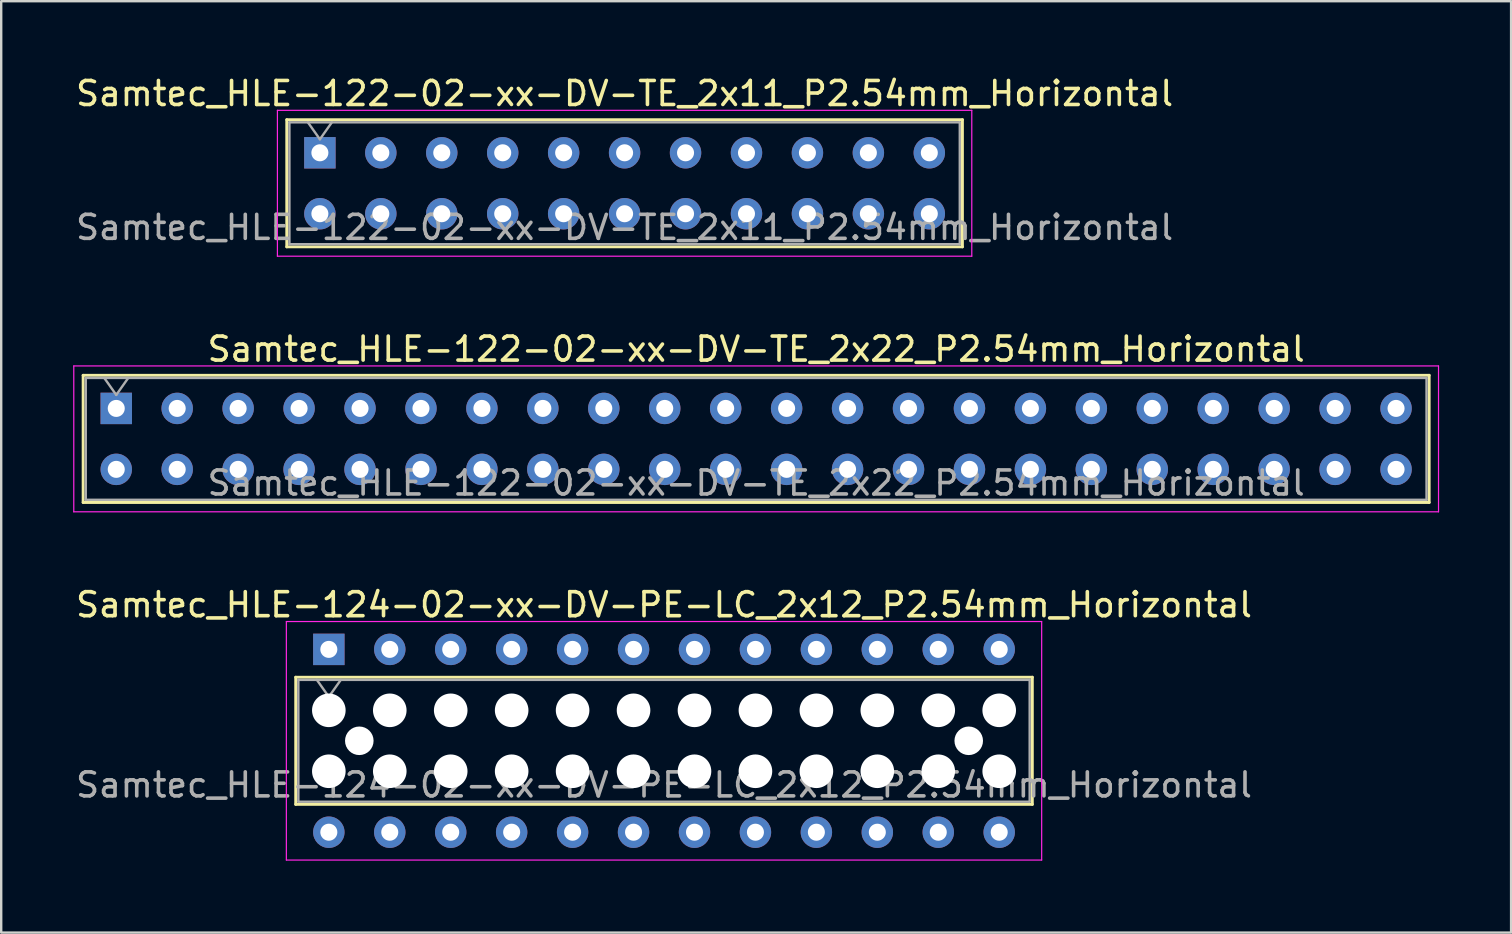
<source format=kicad_pcb>
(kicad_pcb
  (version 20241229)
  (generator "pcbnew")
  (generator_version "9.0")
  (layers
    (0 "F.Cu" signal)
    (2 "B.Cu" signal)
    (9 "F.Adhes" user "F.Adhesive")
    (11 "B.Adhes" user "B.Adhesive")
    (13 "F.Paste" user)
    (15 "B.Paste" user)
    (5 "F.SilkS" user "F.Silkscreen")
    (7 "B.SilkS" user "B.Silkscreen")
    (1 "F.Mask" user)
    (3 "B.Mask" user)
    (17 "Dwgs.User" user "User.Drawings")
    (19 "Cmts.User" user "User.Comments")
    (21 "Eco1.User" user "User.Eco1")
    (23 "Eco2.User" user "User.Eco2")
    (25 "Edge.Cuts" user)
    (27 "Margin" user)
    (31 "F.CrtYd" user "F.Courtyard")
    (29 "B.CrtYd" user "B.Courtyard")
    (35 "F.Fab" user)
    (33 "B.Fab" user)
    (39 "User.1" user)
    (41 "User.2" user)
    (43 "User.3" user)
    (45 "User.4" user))
  (footprint "Samtec_HLE-122-02-xx-DV-TE_2x11_P2.54mm_Horizontal"
    (layer "F.Cu")
    (at 10.282 3.318)
    (property "Reference" "Samtec_HLE-122-02-xx-DV-TE_2x11_P2.54mm_Horizontal" (at 12.7 -2.47 0) (layer "F.SilkS") (effects (font (size 1 1) (thickness 0.15))))
    (attr through_hole)
    (fp_line (start -1.38 -1.38) (end 26.78 -1.38) (stroke (width 0.12) (type solid)) (layer "F.SilkS"))
    (fp_line (start -1.38 3.92) (end -1.38 -1.38) (stroke (width 0.12) (type solid)) (layer "F.SilkS"))
    (fp_line (start 26.78 -1.38) (end 26.78 3.92) (stroke (width 0.12) (type solid)) (layer "F.SilkS"))
    (fp_line (start 26.78 3.92) (end -1.38 3.92) (stroke (width 0.12) (type solid)) (layer "F.SilkS"))
    (fp_line (start -1.77 -1.77) (end 27.17 -1.77) (stroke (width 0.05) (type solid)) (layer "F.CrtYd"))
    (fp_line (start -1.77 4.31) (end -1.77 -1.77) (stroke (width 0.05) (type solid)) (layer "F.CrtYd"))
    (fp_line (start 27.17 -1.77) (end 27.17 4.31) (stroke (width 0.05) (type solid)) (layer "F.CrtYd"))
    (fp_line (start 27.17 4.31) (end -1.77 4.31) (stroke (width 0.05) (type solid)) (layer "F.CrtYd"))
    (fp_line (start -1.27 -1.27) (end 26.67 -1.27) (stroke (width 0.1) (type solid)) (layer "F.Fab"))
    (fp_line (start -1.27 3.81) (end -1.27 -1.27) (stroke (width 0.1) (type solid)) (layer "F.Fab"))
    (fp_line (start -0.5 -1.27) (end 0 -0.563) (stroke (width 0.1) (type solid)) (layer "F.Fab"))
    (fp_line (start 0 -0.563) (end 0.5 -1.27) (stroke (width 0.1) (type solid)) (layer "F.Fab"))
    (fp_line (start 26.67 -1.27) (end 26.67 3.81) (stroke (width 0.1) (type solid)) (layer "F.Fab"))
    (fp_line (start 26.67 3.81) (end -1.27 3.81) (stroke (width 0.1) (type solid)) (layer "F.Fab"))
    (fp_text user "${REFERENCE}" (at 12.7 3.11 0) (layer "F.Fab") (effects (font (size 1 1) (thickness 0.15))))
    (pad "1" thru_hole rect (at 0 0) (size 1.31 1.31) (drill 0.71) (layers "*.Cu" "*.Mask"))
    (pad "2" thru_hole circle (at 0 2.54) (size 1.31 1.31) (drill 0.71) (layers "*.Cu" "*.Mask"))
    (pad "3" thru_hole circle (at 2.54 0) (size 1.31 1.31) (drill 0.71) (layers "*.Cu" "*.Mask"))
    (pad "4" thru_hole circle (at 2.54 2.54) (size 1.31 1.31) (drill 0.71) (layers "*.Cu" "*.Mask"))
    (pad "5" thru_hole circle (at 5.08 0) (size 1.31 1.31) (drill 0.71) (layers "*.Cu" "*.Mask"))
    (pad "6" thru_hole circle (at 5.08 2.54) (size 1.31 1.31) (drill 0.71) (layers "*.Cu" "*.Mask"))
    (pad "7" thru_hole circle (at 7.62 0) (size 1.31 1.31) (drill 0.71) (layers "*.Cu" "*.Mask"))
    (pad "8" thru_hole circle (at 7.62 2.54) (size 1.31 1.31) (drill 0.71) (layers "*.Cu" "*.Mask"))
    (pad "9" thru_hole circle (at 10.16 0) (size 1.31 1.31) (drill 0.71) (layers "*.Cu" "*.Mask"))
    (pad "10" thru_hole circle (at 10.16 2.54) (size 1.31 1.31) (drill 0.71) (layers "*.Cu" "*.Mask"))
    (pad "11" thru_hole circle (at 12.7 0) (size 1.31 1.31) (drill 0.71) (layers "*.Cu" "*.Mask"))
    (pad "12" thru_hole circle (at 12.7 2.54) (size 1.31 1.31) (drill 0.71) (layers "*.Cu" "*.Mask"))
    (pad "13" thru_hole circle (at 15.24 0) (size 1.31 1.31) (drill 0.71) (layers "*.Cu" "*.Mask"))
    (pad "14" thru_hole circle (at 15.24 2.54) (size 1.31 1.31) (drill 0.71) (layers "*.Cu" "*.Mask"))
    (pad "15" thru_hole circle (at 17.78 0) (size 1.31 1.31) (drill 0.71) (layers "*.Cu" "*.Mask"))
    (pad "16" thru_hole circle (at 17.78 2.54) (size 1.31 1.31) (drill 0.71) (layers "*.Cu" "*.Mask"))
    (pad "17" thru_hole circle (at 20.32 0) (size 1.31 1.31) (drill 0.71) (layers "*.Cu" "*.Mask"))
    (pad "18" thru_hole circle (at 20.32 2.54) (size 1.31 1.31) (drill 0.71) (layers "*.Cu" "*.Mask"))
    (pad "19" thru_hole circle (at 22.86 0) (size 1.31 1.31) (drill 0.71) (layers "*.Cu" "*.Mask"))
    (pad "20" thru_hole circle (at 22.86 2.54) (size 1.31 1.31) (drill 0.71) (layers "*.Cu" "*.Mask"))
    (pad "21" thru_hole circle (at 25.4 0) (size 1.31 1.31) (drill 0.71) (layers "*.Cu" "*.Mask"))
    (pad "22" thru_hole circle (at 25.4 2.54) (size 1.31 1.31) (drill 0.71) (layers "*.Cu" "*.Mask")))
  (footprint "Samtec_HLE-124-02-xx-DV-PE-LC_2x12_P2.54mm_Horizontal"
    (layer "F.Cu")
    (at 10.655 24.015)
    (property "Reference" "Samtec_HLE-124-02-xx-DV-PE-LC_2x12_P2.54mm_Horizontal" (at 13.97 -1.86 0) (layer "F.SilkS") (effects (font (size 1 1) (thickness 0.15))))
    (attr through_hole)
    (fp_line (start -1.38 1.16) (end 29.32 1.16) (stroke (width 0.12) (type solid)) (layer "F.SilkS"))
    (fp_line (start -1.38 6.46) (end -1.38 1.16) (stroke (width 0.12) (type solid)) (layer "F.SilkS"))
    (fp_line (start 29.32 1.16) (end 29.32 6.46) (stroke (width 0.12) (type solid)) (layer "F.SilkS"))
    (fp_line (start 29.32 6.46) (end -1.38 6.46) (stroke (width 0.12) (type solid)) (layer "F.SilkS"))
    (fp_line (start -1.77 -1.16) (end 29.71 -1.16) (stroke (width 0.05) (type solid)) (layer "F.CrtYd"))
    (fp_line (start -1.77 8.78) (end -1.77 -1.16) (stroke (width 0.05) (type solid)) (layer "F.CrtYd"))
    (fp_line (start 29.71 -1.16) (end 29.71 8.78) (stroke (width 0.05) (type solid)) (layer "F.CrtYd"))
    (fp_line (start 29.71 8.78) (end -1.77 8.78) (stroke (width 0.05) (type solid)) (layer "F.CrtYd"))
    (fp_line (start -1.27 1.27) (end 29.21 1.27) (stroke (width 0.1) (type solid)) (layer "F.Fab"))
    (fp_line (start -1.27 6.35) (end -1.27 1.27) (stroke (width 0.1) (type solid)) (layer "F.Fab"))
    (fp_line (start -0.5 1.27) (end 0 1.977) (stroke (width 0.1) (type solid)) (layer "F.Fab"))
    (fp_line (start 0 1.977) (end 0.5 1.27) (stroke (width 0.1) (type solid)) (layer "F.Fab"))
    (fp_line (start 29.21 1.27) (end 29.21 6.35) (stroke (width 0.1) (type solid)) (layer "F.Fab"))
    (fp_line (start 29.21 6.35) (end -1.27 6.35) (stroke (width 0.1) (type solid)) (layer "F.Fab"))
    (fp_text user "${REFERENCE}" (at 13.97 5.65 0) (layer "F.Fab") (effects (font (size 1 1) (thickness 0.15))))
    (pad "" np_thru_hole circle (at 0 2.54) (size 1.4 1.4) (drill 1.4) (layers "*.Cu" "*.Mask"))
    (pad "" np_thru_hole circle (at 0 5.08) (size 1.4 1.4) (drill 1.4) (layers "*.Cu" "*.Mask"))
    (pad "" np_thru_hole circle (at 1.27 3.81) (size 1.19 1.19) (drill 1.19) (layers "*.Cu" "*.Mask"))
    (pad "" np_thru_hole circle (at 2.54 2.54) (size 1.4 1.4) (drill 1.4) (layers "*.Cu" "*.Mask"))
    (pad "" np_thru_hole circle (at 2.54 5.08) (size 1.4 1.4) (drill 1.4) (layers "*.Cu" "*.Mask"))
    (pad "" np_thru_hole circle (at 5.08 2.54) (size 1.4 1.4) (drill 1.4) (layers "*.Cu" "*.Mask"))
    (pad "" np_thru_hole circle (at 5.08 5.08) (size 1.4 1.4) (drill 1.4) (layers "*.Cu" "*.Mask"))
    (pad "" np_thru_hole circle (at 7.62 2.54) (size 1.4 1.4) (drill 1.4) (layers "*.Cu" "*.Mask"))
    (pad "" np_thru_hole circle (at 7.62 5.08) (size 1.4 1.4) (drill 1.4) (layers "*.Cu" "*.Mask"))
    (pad "" np_thru_hole circle (at 10.16 2.54) (size 1.4 1.4) (drill 1.4) (layers "*.Cu" "*.Mask"))
    (pad "" np_thru_hole circle (at 10.16 5.08) (size 1.4 1.4) (drill 1.4) (layers "*.Cu" "*.Mask"))
    (pad "" np_thru_hole circle (at 12.7 2.54) (size 1.4 1.4) (drill 1.4) (layers "*.Cu" "*.Mask"))
    (pad "" np_thru_hole circle (at 12.7 5.08) (size 1.4 1.4) (drill 1.4) (layers "*.Cu" "*.Mask"))
    (pad "" np_thru_hole circle (at 15.24 2.54) (size 1.4 1.4) (drill 1.4) (layers "*.Cu" "*.Mask"))
    (pad "" np_thru_hole circle (at 15.24 5.08) (size 1.4 1.4) (drill 1.4) (layers "*.Cu" "*.Mask"))
    (pad "" np_thru_hole circle (at 17.78 2.54) (size 1.4 1.4) (drill 1.4) (layers "*.Cu" "*.Mask"))
    (pad "" np_thru_hole circle (at 17.78 5.08) (size 1.4 1.4) (drill 1.4) (layers "*.Cu" "*.Mask"))
    (pad "" np_thru_hole circle (at 20.32 2.54) (size 1.4 1.4) (drill 1.4) (layers "*.Cu" "*.Mask"))
    (pad "" np_thru_hole circle (at 20.32 5.08) (size 1.4 1.4) (drill 1.4) (layers "*.Cu" "*.Mask"))
    (pad "" np_thru_hole circle (at 22.86 2.54) (size 1.4 1.4) (drill 1.4) (layers "*.Cu" "*.Mask"))
    (pad "" np_thru_hole circle (at 22.86 5.08) (size 1.4 1.4) (drill 1.4) (layers "*.Cu" "*.Mask"))
    (pad "" np_thru_hole circle (at 25.4 2.54) (size 1.4 1.4) (drill 1.4) (layers "*.Cu" "*.Mask"))
    (pad "" np_thru_hole circle (at 25.4 5.08) (size 1.4 1.4) (drill 1.4) (layers "*.Cu" "*.Mask"))
    (pad "" np_thru_hole circle (at 26.67 3.81) (size 1.19 1.19) (drill 1.19) (layers "*.Cu" "*.Mask"))
    (pad "" np_thru_hole circle (at 27.94 2.54) (size 1.4 1.4) (drill 1.4) (layers "*.Cu" "*.Mask"))
    (pad "" np_thru_hole circle (at 27.94 5.08) (size 1.4 1.4) (drill 1.4) (layers "*.Cu" "*.Mask"))
    (pad "1" thru_hole rect (at 0 0) (size 1.31 1.31) (drill 0.71) (layers "*.Cu" "*.Mask"))
    (pad "2" thru_hole circle (at 0 7.62) (size 1.31 1.31) (drill 0.71) (layers "*.Cu" "*.Mask"))
    (pad "3" thru_hole circle (at 2.54 0) (size 1.31 1.31) (drill 0.71) (layers "*.Cu" "*.Mask"))
    (pad "4" thru_hole circle (at 2.54 7.62) (size 1.31 1.31) (drill 0.71) (layers "*.Cu" "*.Mask"))
    (pad "5" thru_hole circle (at 5.08 0) (size 1.31 1.31) (drill 0.71) (layers "*.Cu" "*.Mask"))
    (pad "6" thru_hole circle (at 5.08 7.62) (size 1.31 1.31) (drill 0.71) (layers "*.Cu" "*.Mask"))
    (pad "7" thru_hole circle (at 7.62 0) (size 1.31 1.31) (drill 0.71) (layers "*.Cu" "*.Mask"))
    (pad "8" thru_hole circle (at 7.62 7.62) (size 1.31 1.31) (drill 0.71) (layers "*.Cu" "*.Mask"))
    (pad "9" thru_hole circle (at 10.16 0) (size 1.31 1.31) (drill 0.71) (layers "*.Cu" "*.Mask"))
    (pad "10" thru_hole circle (at 10.16 7.62) (size 1.31 1.31) (drill 0.71) (layers "*.Cu" "*.Mask"))
    (pad "11" thru_hole circle (at 12.7 0) (size 1.31 1.31) (drill 0.71) (layers "*.Cu" "*.Mask"))
    (pad "12" thru_hole circle (at 12.7 7.62) (size 1.31 1.31) (drill 0.71) (layers "*.Cu" "*.Mask"))
    (pad "13" thru_hole circle (at 15.24 0) (size 1.31 1.31) (drill 0.71) (layers "*.Cu" "*.Mask"))
    (pad "14" thru_hole circle (at 15.24 7.62) (size 1.31 1.31) (drill 0.71) (layers "*.Cu" "*.Mask"))
    (pad "15" thru_hole circle (at 17.78 0) (size 1.31 1.31) (drill 0.71) (layers "*.Cu" "*.Mask"))
    (pad "16" thru_hole circle (at 17.78 7.62) (size 1.31 1.31) (drill 0.71) (layers "*.Cu" "*.Mask"))
    (pad "17" thru_hole circle (at 20.32 0) (size 1.31 1.31) (drill 0.71) (layers "*.Cu" "*.Mask"))
    (pad "18" thru_hole circle (at 20.32 7.62) (size 1.31 1.31) (drill 0.71) (layers "*.Cu" "*.Mask"))
    (pad "19" thru_hole circle (at 22.86 0) (size 1.31 1.31) (drill 0.71) (layers "*.Cu" "*.Mask"))
    (pad "20" thru_hole circle (at 22.86 7.62) (size 1.31 1.31) (drill 0.71) (layers "*.Cu" "*.Mask"))
    (pad "21" thru_hole circle (at 25.4 0) (size 1.31 1.31) (drill 0.71) (layers "*.Cu" "*.Mask"))
    (pad "22" thru_hole circle (at 25.4 7.62) (size 1.31 1.31) (drill 0.71) (layers "*.Cu" "*.Mask"))
    (pad "23" thru_hole circle (at 27.94 0) (size 1.31 1.31) (drill 0.71) (layers "*.Cu" "*.Mask"))
    (pad "24" thru_hole circle (at 27.94 7.62) (size 1.31 1.31) (drill 0.71) (layers "*.Cu" "*.Mask")))
  (footprint "Samtec_HLE-122-02-xx-DV-TE_2x22_P2.54mm_Horizontal"
    (layer "F.Cu")
    (at 1.795 13.972)
    (property "Reference" "Samtec_HLE-122-02-xx-DV-TE_2x22_P2.54mm_Horizontal" (at 26.67 -2.47 0) (layer "F.SilkS") (effects (font (size 1 1) (thickness 0.15))))
    (attr through_hole)
    (fp_line (start -1.38 -1.38) (end 54.72 -1.38) (stroke (width 0.12) (type solid)) (layer "F.SilkS"))
    (fp_line (start -1.38 3.92) (end -1.38 -1.38) (stroke (width 0.12) (type solid)) (layer "F.SilkS"))
    (fp_line (start 54.72 -1.38) (end 54.72 3.92) (stroke (width 0.12) (type solid)) (layer "F.SilkS"))
    (fp_line (start 54.72 3.92) (end -1.38 3.92) (stroke (width 0.12) (type solid)) (layer "F.SilkS"))
    (fp_line (start -1.77 -1.77) (end 55.11 -1.77) (stroke (width 0.05) (type solid)) (layer "F.CrtYd"))
    (fp_line (start -1.77 4.31) (end -1.77 -1.77) (stroke (width 0.05) (type solid)) (layer "F.CrtYd"))
    (fp_line (start 55.11 -1.77) (end 55.11 4.31) (stroke (width 0.05) (type solid)) (layer "F.CrtYd"))
    (fp_line (start 55.11 4.31) (end -1.77 4.31) (stroke (width 0.05) (type solid)) (layer "F.CrtYd"))
    (fp_line (start -1.27 -1.27) (end 54.61 -1.27) (stroke (width 0.1) (type solid)) (layer "F.Fab"))
    (fp_line (start -1.27 3.81) (end -1.27 -1.27) (stroke (width 0.1) (type solid)) (layer "F.Fab"))
    (fp_line (start -0.5 -1.27) (end 0 -0.563) (stroke (width 0.1) (type solid)) (layer "F.Fab"))
    (fp_line (start 0 -0.563) (end 0.5 -1.27) (stroke (width 0.1) (type solid)) (layer "F.Fab"))
    (fp_line (start 54.61 -1.27) (end 54.61 3.81) (stroke (width 0.1) (type solid)) (layer "F.Fab"))
    (fp_line (start 54.61 3.81) (end -1.27 3.81) (stroke (width 0.1) (type solid)) (layer "F.Fab"))
    (fp_text user "${REFERENCE}" (at 26.67 3.11 0) (layer "F.Fab") (effects (font (size 1 1) (thickness 0.15))))
    (pad "1" thru_hole rect (at 0 0) (size 1.31 1.31) (drill 0.71) (layers "*.Cu" "*.Mask"))
    (pad "2" thru_hole circle (at 0 2.54) (size 1.31 1.31) (drill 0.71) (layers "*.Cu" "*.Mask"))
    (pad "3" thru_hole circle (at 2.54 0) (size 1.31 1.31) (drill 0.71) (layers "*.Cu" "*.Mask"))
    (pad "4" thru_hole circle (at 2.54 2.54) (size 1.31 1.31) (drill 0.71) (layers "*.Cu" "*.Mask"))
    (pad "5" thru_hole circle (at 5.08 0) (size 1.31 1.31) (drill 0.71) (layers "*.Cu" "*.Mask"))
    (pad "6" thru_hole circle (at 5.08 2.54) (size 1.31 1.31) (drill 0.71) (layers "*.Cu" "*.Mask"))
    (pad "7" thru_hole circle (at 7.62 0) (size 1.31 1.31) (drill 0.71) (layers "*.Cu" "*.Mask"))
    (pad "8" thru_hole circle (at 7.62 2.54) (size 1.31 1.31) (drill 0.71) (layers "*.Cu" "*.Mask"))
    (pad "9" thru_hole circle (at 10.16 0) (size 1.31 1.31) (drill 0.71) (layers "*.Cu" "*.Mask"))
    (pad "10" thru_hole circle (at 10.16 2.54) (size 1.31 1.31) (drill 0.71) (layers "*.Cu" "*.Mask"))
    (pad "11" thru_hole circle (at 12.7 0) (size 1.31 1.31) (drill 0.71) (layers "*.Cu" "*.Mask"))
    (pad "12" thru_hole circle (at 12.7 2.54) (size 1.31 1.31) (drill 0.71) (layers "*.Cu" "*.Mask"))
    (pad "13" thru_hole circle (at 15.24 0) (size 1.31 1.31) (drill 0.71) (layers "*.Cu" "*.Mask"))
    (pad "14" thru_hole circle (at 15.24 2.54) (size 1.31 1.31) (drill 0.71) (layers "*.Cu" "*.Mask"))
    (pad "15" thru_hole circle (at 17.78 0) (size 1.31 1.31) (drill 0.71) (layers "*.Cu" "*.Mask"))
    (pad "16" thru_hole circle (at 17.78 2.54) (size 1.31 1.31) (drill 0.71) (layers "*.Cu" "*.Mask"))
    (pad "17" thru_hole circle (at 20.32 0) (size 1.31 1.31) (drill 0.71) (layers "*.Cu" "*.Mask"))
    (pad "18" thru_hole circle (at 20.32 2.54) (size 1.31 1.31) (drill 0.71) (layers "*.Cu" "*.Mask"))
    (pad "19" thru_hole circle (at 22.86 0) (size 1.31 1.31) (drill 0.71) (layers "*.Cu" "*.Mask"))
    (pad "20" thru_hole circle (at 22.86 2.54) (size 1.31 1.31) (drill 0.71) (layers "*.Cu" "*.Mask"))
    (pad "21" thru_hole circle (at 25.4 0) (size 1.31 1.31) (drill 0.71) (layers "*.Cu" "*.Mask"))
    (pad "22" thru_hole circle (at 25.4 2.54) (size 1.31 1.31) (drill 0.71) (layers "*.Cu" "*.Mask"))
    (pad "23" thru_hole circle (at 27.94 0) (size 1.31 1.31) (drill 0.71) (layers "*.Cu" "*.Mask"))
    (pad "24" thru_hole circle (at 27.94 2.54) (size 1.31 1.31) (drill 0.71) (layers "*.Cu" "*.Mask"))
    (pad "25" thru_hole circle (at 30.48 0) (size 1.31 1.31) (drill 0.71) (layers "*.Cu" "*.Mask"))
    (pad "26" thru_hole circle (at 30.48 2.54) (size 1.31 1.31) (drill 0.71) (layers "*.Cu" "*.Mask"))
    (pad "27" thru_hole circle (at 33.02 0) (size 1.31 1.31) (drill 0.71) (layers "*.Cu" "*.Mask"))
    (pad "28" thru_hole circle (at 33.02 2.54) (size 1.31 1.31) (drill 0.71) (layers "*.Cu" "*.Mask"))
    (pad "29" thru_hole circle (at 35.56 0) (size 1.31 1.31) (drill 0.71) (layers "*.Cu" "*.Mask"))
    (pad "30" thru_hole circle (at 35.56 2.54) (size 1.31 1.31) (drill 0.71) (layers "*.Cu" "*.Mask"))
    (pad "31" thru_hole circle (at 38.1 0) (size 1.31 1.31) (drill 0.71) (layers "*.Cu" "*.Mask"))
    (pad "32" thru_hole circle (at 38.1 2.54) (size 1.31 1.31) (drill 0.71) (layers "*.Cu" "*.Mask"))
    (pad "33" thru_hole circle (at 40.64 0) (size 1.31 1.31) (drill 0.71) (layers "*.Cu" "*.Mask"))
    (pad "34" thru_hole circle (at 40.64 2.54) (size 1.31 1.31) (drill 0.71) (layers "*.Cu" "*.Mask"))
    (pad "35" thru_hole circle (at 43.18 0) (size 1.31 1.31) (drill 0.71) (layers "*.Cu" "*.Mask"))
    (pad "36" thru_hole circle (at 43.18 2.54) (size 1.31 1.31) (drill 0.71) (layers "*.Cu" "*.Mask"))
    (pad "37" thru_hole circle (at 45.72 0) (size 1.31 1.31) (drill 0.71) (layers "*.Cu" "*.Mask"))
    (pad "38" thru_hole circle (at 45.72 2.54) (size 1.31 1.31) (drill 0.71) (layers "*.Cu" "*.Mask"))
    (pad "39" thru_hole circle (at 48.26 0) (size 1.31 1.31) (drill 0.71) (layers "*.Cu" "*.Mask"))
    (pad "40" thru_hole circle (at 48.26 2.54) (size 1.31 1.31) (drill 0.71) (layers "*.Cu" "*.Mask"))
    (pad "41" thru_hole circle (at 50.8 0) (size 1.31 1.31) (drill 0.71) (layers "*.Cu" "*.Mask"))
    (pad "42" thru_hole circle (at 50.8 2.54) (size 1.31 1.31) (drill 0.71) (layers "*.Cu" "*.Mask"))
    (pad "43" thru_hole circle (at 53.34 0) (size 1.31 1.31) (drill 0.71) (layers "*.Cu" "*.Mask"))
    (pad "44" thru_hole circle (at 53.34 2.54) (size 1.31 1.31) (drill 0.71) (layers "*.Cu" "*.Mask")))
  (gr_rect
    (start -3 -3)
    (end 59.93 35.82)
    (stroke (width 0.1) (type default))
    (fill no)
    (layer "Edge.Cuts")))
</source>
